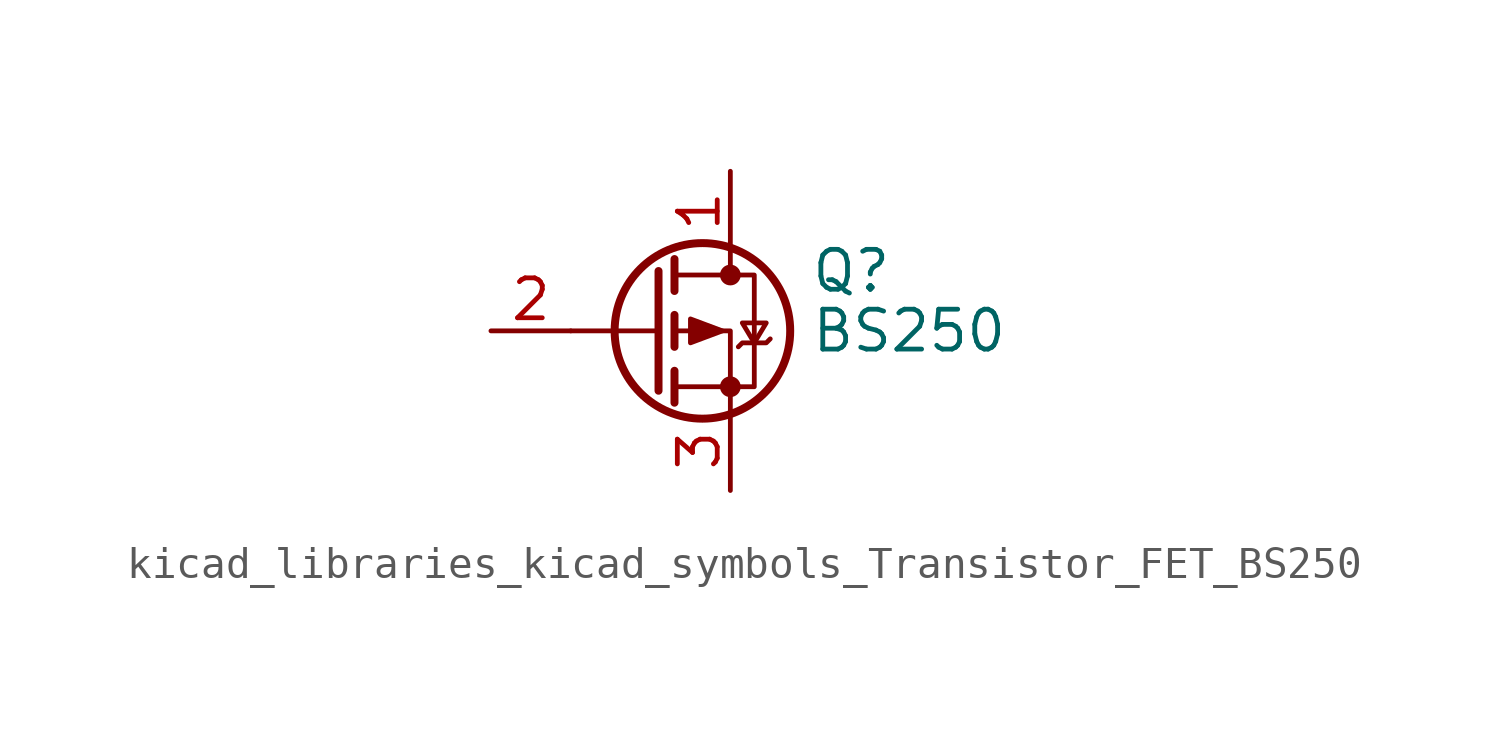
<source format=kicad_sym>
(kicad_symbol_lib
  (version 20220914)
  (generator kicad_symbol_editor)
  (symbol "kicad_libraries_kicad_symbols_Transistor_FET_BS250"
    (pin_names hide)
    (property "Reference" "Q"
      (at 5.08 1.905 0)
      (effects (font (size 1.27 1.27)) (justify left)))
    (property "Value" "BS250"
      (at 5.08 0 0)
      (effects (font (size 1.27 1.27)) (justify left)))
    (symbol "kicad_libraries_kicad_symbols_Transistor_FET_BS250_0_1"
      (polyline (pts (xy 0.254 0) (xy -2.54 0)) (stroke (width 0) (type default)) (fill (type none)))
      (polyline (pts (xy 0.254 1.905) (xy 0.254 -1.905)) (stroke (width 0.254) (type default)) (fill (type none)))
      (polyline (pts (xy 0.762 -1.27) (xy 0.762 -2.286)) (stroke (width 0.254) (type default)) (fill (type none)))
      (polyline (pts (xy 0.762 0.508) (xy 0.762 -0.508)) (stroke (width 0.254) (type default)) (fill (type none)))
      (polyline (pts (xy 0.762 2.286) (xy 0.762 1.27)) (stroke (width 0.254) (type default)) (fill (type none)))
      (polyline (pts (xy 2.54 2.54) (xy 2.54 1.778)) (stroke (width 0) (type default)) (fill (type none)))
      (polyline (pts (xy 2.54 -2.54) (xy 2.54 0) (xy 0.762 0)) (stroke (width 0) (type default)) (fill (type none)))
      (polyline (pts (xy 0.762 1.778) (xy 3.302 1.778) (xy 3.302 -1.778) (xy 0.762 -1.778)) (stroke (width 0) (type default)) (fill (type none)))
      (polyline (pts (xy 2.286 0) (xy 1.27 0.381) (xy 1.27 -0.381) (xy 2.286 0)) (stroke (width 0) (type default)) (fill (type outline)))
      (polyline (pts (xy 2.794 -0.508) (xy 2.921 -0.381) (xy 3.683 -0.381) (xy 3.81 -0.254)) (stroke (width 0) (type default)) (fill (type none)))
      (polyline (pts (xy 3.302 -0.381) (xy 2.921 0.254) (xy 3.683 0.254) (xy 3.302 -0.381)) (stroke (width 0) (type default)) (fill (type none)))
      (circle (center 1.651 0) (radius 2.794) (stroke (width 0.254) (type default)) (fill (type none)))
      (circle (center 2.54 -1.778) (radius 0.254) (stroke (width 0) (type default)) (fill (type outline)))
      (circle (center 2.54 1.778) (radius 0.254) (stroke (width 0) (type default)) (fill (type outline))))
    (symbol "kicad_libraries_kicad_symbols_Transistor_FET_BS250_1_1"
      (pin passive line (at 2.54 5.08 270) (length 2.54) (name "D" (effects (font (size 1.27 1.27)))) (number "1" (effects (font (size 1.27 1.27)))))
      (pin input line (at -5.08 0 0) (length 2.54) (name "G" (effects (font (size 1.27 1.27)))) (number "2" (effects (font (size 1.27 1.27)))))
      (pin passive line (at 2.54 -5.08 90) (length 2.54) (name "S" (effects (font (size 1.27 1.27)))) (number "3" (effects (font (size 1.27 1.27))))))))
</source>
